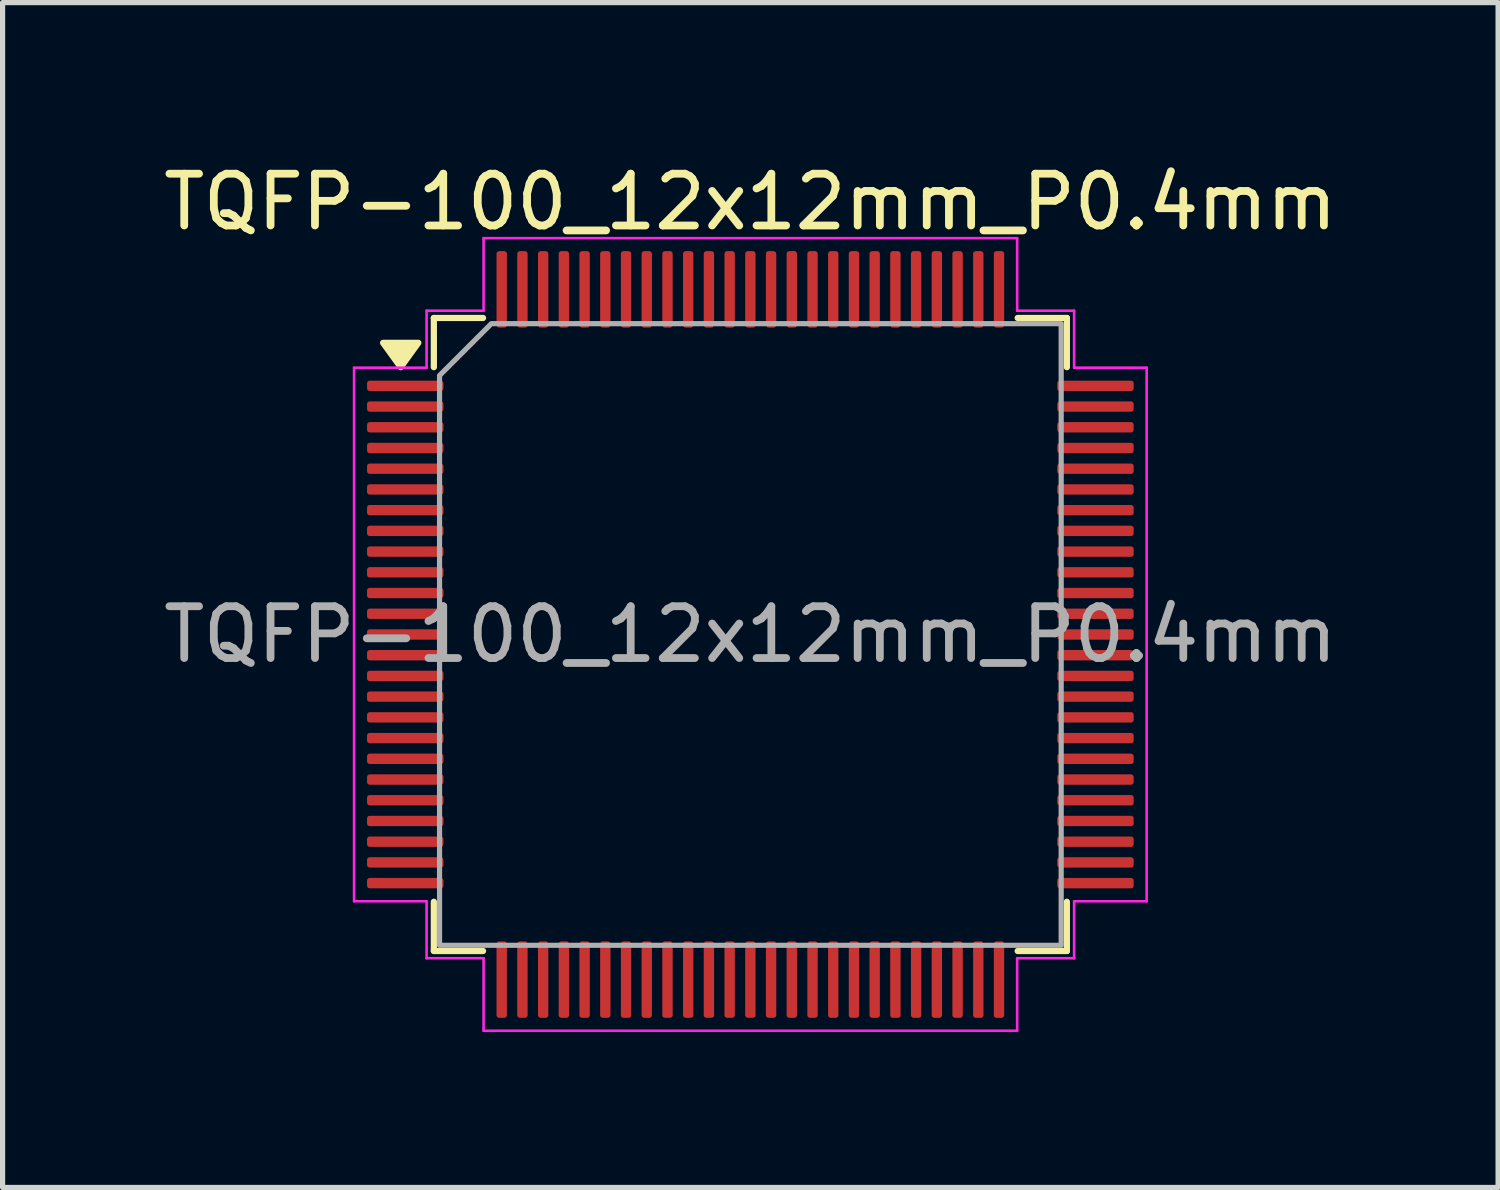
<source format=kicad_pcb>
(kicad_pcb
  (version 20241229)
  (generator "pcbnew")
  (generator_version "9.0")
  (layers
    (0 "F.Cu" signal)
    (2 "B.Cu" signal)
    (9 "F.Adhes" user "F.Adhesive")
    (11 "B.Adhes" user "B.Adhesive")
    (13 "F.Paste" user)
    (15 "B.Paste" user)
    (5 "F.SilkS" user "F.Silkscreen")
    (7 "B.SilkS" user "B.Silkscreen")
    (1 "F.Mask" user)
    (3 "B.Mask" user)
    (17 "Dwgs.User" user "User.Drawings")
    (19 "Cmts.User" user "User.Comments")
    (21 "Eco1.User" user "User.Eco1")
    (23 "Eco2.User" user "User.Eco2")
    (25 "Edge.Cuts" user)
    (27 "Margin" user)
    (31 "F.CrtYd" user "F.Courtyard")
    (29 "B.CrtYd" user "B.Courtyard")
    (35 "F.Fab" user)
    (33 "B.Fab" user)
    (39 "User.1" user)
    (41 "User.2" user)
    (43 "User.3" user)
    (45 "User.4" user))
  (footprint "TQFP-100_12x12mm_P0.4mm"
    (layer "F.Cu")
    (at 11.435 9.198)
    (property "Reference" "TQFP-100_12x12mm_P0.4mm" (at 0 -8.35 0) (layer "F.SilkS") (effects (font (size 1 1) (thickness 0.15))))
    (attr smd)
    (fp_line (start -6.11 -6.11) (end -5.16 -6.11) (stroke (width 0.12) (type solid)) (layer "F.SilkS"))
    (fp_line (start -6.11 -5.16) (end -6.11 -6.11) (stroke (width 0.12) (type solid)) (layer "F.SilkS"))
    (fp_line (start -6.11 6.11) (end -6.11 5.16) (stroke (width 0.12) (type solid)) (layer "F.SilkS"))
    (fp_line (start -5.16 6.11) (end -6.11 6.11) (stroke (width 0.12) (type solid)) (layer "F.SilkS"))
    (fp_line (start 5.16 -6.11) (end 6.11 -6.11) (stroke (width 0.12) (type solid)) (layer "F.SilkS"))
    (fp_line (start 6.11 -6.11) (end 6.11 -5.16) (stroke (width 0.12) (type solid)) (layer "F.SilkS"))
    (fp_line (start 6.11 5.16) (end 6.11 6.11) (stroke (width 0.12) (type solid)) (layer "F.SilkS"))
    (fp_line (start 6.11 6.11) (end 5.16 6.11) (stroke (width 0.12) (type solid)) (layer "F.SilkS"))
    (fp_poly (pts (xy -6.75 -5.16) (xy -7.09 -5.63) (xy -6.41 -5.63)) (stroke (width 0.12) (type solid)) (fill yes) (layer "F.SilkS"))
    (fp_line (start -7.65 -5.15) (end -6.25 -5.15) (stroke (width 0.05) (type solid)) (layer "F.CrtYd"))
    (fp_line (start -7.65 5.15) (end -7.65 -5.15) (stroke (width 0.05) (type solid)) (layer "F.CrtYd"))
    (fp_line (start -6.25 -6.25) (end -5.15 -6.25) (stroke (width 0.05) (type solid)) (layer "F.CrtYd"))
    (fp_line (start -6.25 -5.15) (end -6.25 -6.25) (stroke (width 0.05) (type solid)) (layer "F.CrtYd"))
    (fp_line (start -6.25 5.15) (end -7.65 5.15) (stroke (width 0.05) (type solid)) (layer "F.CrtYd"))
    (fp_line (start -6.25 6.25) (end -6.25 5.15) (stroke (width 0.05) (type solid)) (layer "F.CrtYd"))
    (fp_line (start -5.15 -7.65) (end 5.15 -7.65) (stroke (width 0.05) (type solid)) (layer "F.CrtYd"))
    (fp_line (start -5.15 -6.25) (end -5.15 -7.65) (stroke (width 0.05) (type solid)) (layer "F.CrtYd"))
    (fp_line (start -5.15 6.25) (end -6.25 6.25) (stroke (width 0.05) (type solid)) (layer "F.CrtYd"))
    (fp_line (start -5.15 7.65) (end -5.15 6.25) (stroke (width 0.05) (type solid)) (layer "F.CrtYd"))
    (fp_line (start 5.15 -7.65) (end 5.15 -6.25) (stroke (width 0.05) (type solid)) (layer "F.CrtYd"))
    (fp_line (start 5.15 -6.25) (end 6.25 -6.25) (stroke (width 0.05) (type solid)) (layer "F.CrtYd"))
    (fp_line (start 5.15 6.25) (end 5.15 7.65) (stroke (width 0.05) (type solid)) (layer "F.CrtYd"))
    (fp_line (start 5.15 7.65) (end -5.15 7.65) (stroke (width 0.05) (type solid)) (layer "F.CrtYd"))
    (fp_line (start 6.25 -6.25) (end 6.25 -5.15) (stroke (width 0.05) (type solid)) (layer "F.CrtYd"))
    (fp_line (start 6.25 -5.15) (end 7.65 -5.15) (stroke (width 0.05) (type solid)) (layer "F.CrtYd"))
    (fp_line (start 6.25 5.15) (end 6.25 6.25) (stroke (width 0.05) (type solid)) (layer "F.CrtYd"))
    (fp_line (start 6.25 6.25) (end 5.15 6.25) (stroke (width 0.05) (type solid)) (layer "F.CrtYd"))
    (fp_line (start 7.65 -5.15) (end 7.65 5.15) (stroke (width 0.05) (type solid)) (layer "F.CrtYd"))
    (fp_line (start 7.65 5.15) (end 6.25 5.15) (stroke (width 0.05) (type solid)) (layer "F.CrtYd"))
    (fp_poly (pts (xy -6 -5) (xy -6 6) (xy 6 6) (xy 6 -6) (xy -5 -6)) (stroke (width 0.1) (type solid)) (fill no) (layer "F.Fab"))
    (fp_text user "${REFERENCE}" (at 0 0 0) (layer "F.Fab") (effects (font (size 1 1) (thickness 0.15))))
    (pad "1" smd roundrect (at -6.662 -4.8) (size 1.475 0.2) (layers "F.Cu" "F.Mask" "F.Paste") (roundrect_rratio 0.25))
    (pad "2" smd roundrect (at -6.662 -4.4) (size 1.475 0.2) (layers "F.Cu" "F.Mask" "F.Paste") (roundrect_rratio 0.25))
    (pad "3" smd roundrect (at -6.662 -4) (size 1.475 0.2) (layers "F.Cu" "F.Mask" "F.Paste") (roundrect_rratio 0.25))
    (pad "4" smd roundrect (at -6.662 -3.6) (size 1.475 0.2) (layers "F.Cu" "F.Mask" "F.Paste") (roundrect_rratio 0.25))
    (pad "5" smd roundrect (at -6.662 -3.2) (size 1.475 0.2) (layers "F.Cu" "F.Mask" "F.Paste") (roundrect_rratio 0.25))
    (pad "6" smd roundrect (at -6.662 -2.8) (size 1.475 0.2) (layers "F.Cu" "F.Mask" "F.Paste") (roundrect_rratio 0.25))
    (pad "7" smd roundrect (at -6.662 -2.4) (size 1.475 0.2) (layers "F.Cu" "F.Mask" "F.Paste") (roundrect_rratio 0.25))
    (pad "8" smd roundrect (at -6.662 -2) (size 1.475 0.2) (layers "F.Cu" "F.Mask" "F.Paste") (roundrect_rratio 0.25))
    (pad "9" smd roundrect (at -6.662 -1.6) (size 1.475 0.2) (layers "F.Cu" "F.Mask" "F.Paste") (roundrect_rratio 0.25))
    (pad "10" smd roundrect (at -6.662 -1.2) (size 1.475 0.2) (layers "F.Cu" "F.Mask" "F.Paste") (roundrect_rratio 0.25))
    (pad "11" smd roundrect (at -6.662 -0.8) (size 1.475 0.2) (layers "F.Cu" "F.Mask" "F.Paste") (roundrect_rratio 0.25))
    (pad "12" smd roundrect (at -6.662 -0.4) (size 1.475 0.2) (layers "F.Cu" "F.Mask" "F.Paste") (roundrect_rratio 0.25))
    (pad "13" smd roundrect (at -6.662 0) (size 1.475 0.2) (layers "F.Cu" "F.Mask" "F.Paste") (roundrect_rratio 0.25))
    (pad "14" smd roundrect (at -6.662 0.4) (size 1.475 0.2) (layers "F.Cu" "F.Mask" "F.Paste") (roundrect_rratio 0.25))
    (pad "15" smd roundrect (at -6.662 0.8) (size 1.475 0.2) (layers "F.Cu" "F.Mask" "F.Paste") (roundrect_rratio 0.25))
    (pad "16" smd roundrect (at -6.662 1.2) (size 1.475 0.2) (layers "F.Cu" "F.Mask" "F.Paste") (roundrect_rratio 0.25))
    (pad "17" smd roundrect (at -6.662 1.6) (size 1.475 0.2) (layers "F.Cu" "F.Mask" "F.Paste") (roundrect_rratio 0.25))
    (pad "18" smd roundrect (at -6.662 2) (size 1.475 0.2) (layers "F.Cu" "F.Mask" "F.Paste") (roundrect_rratio 0.25))
    (pad "19" smd roundrect (at -6.662 2.4) (size 1.475 0.2) (layers "F.Cu" "F.Mask" "F.Paste") (roundrect_rratio 0.25))
    (pad "20" smd roundrect (at -6.662 2.8) (size 1.475 0.2) (layers "F.Cu" "F.Mask" "F.Paste") (roundrect_rratio 0.25))
    (pad "21" smd roundrect (at -6.662 3.2) (size 1.475 0.2) (layers "F.Cu" "F.Mask" "F.Paste") (roundrect_rratio 0.25))
    (pad "22" smd roundrect (at -6.662 3.6) (size 1.475 0.2) (layers "F.Cu" "F.Mask" "F.Paste") (roundrect_rratio 0.25))
    (pad "23" smd roundrect (at -6.662 4) (size 1.475 0.2) (layers "F.Cu" "F.Mask" "F.Paste") (roundrect_rratio 0.25))
    (pad "24" smd roundrect (at -6.662 4.4) (size 1.475 0.2) (layers "F.Cu" "F.Mask" "F.Paste") (roundrect_rratio 0.25))
    (pad "25" smd roundrect (at -6.662 4.8) (size 1.475 0.2) (layers "F.Cu" "F.Mask" "F.Paste") (roundrect_rratio 0.25))
    (pad "26" smd roundrect (at -4.8 6.662) (size 0.2 1.475) (layers "F.Cu" "F.Mask" "F.Paste") (roundrect_rratio 0.25))
    (pad "27" smd roundrect (at -4.4 6.662) (size 0.2 1.475) (layers "F.Cu" "F.Mask" "F.Paste") (roundrect_rratio 0.25))
    (pad "28" smd roundrect (at -4 6.662) (size 0.2 1.475) (layers "F.Cu" "F.Mask" "F.Paste") (roundrect_rratio 0.25))
    (pad "29" smd roundrect (at -3.6 6.662) (size 0.2 1.475) (layers "F.Cu" "F.Mask" "F.Paste") (roundrect_rratio 0.25))
    (pad "30" smd roundrect (at -3.2 6.662) (size 0.2 1.475) (layers "F.Cu" "F.Mask" "F.Paste") (roundrect_rratio 0.25))
    (pad "31" smd roundrect (at -2.8 6.662) (size 0.2 1.475) (layers "F.Cu" "F.Mask" "F.Paste") (roundrect_rratio 0.25))
    (pad "32" smd roundrect (at -2.4 6.662) (size 0.2 1.475) (layers "F.Cu" "F.Mask" "F.Paste") (roundrect_rratio 0.25))
    (pad "33" smd roundrect (at -2 6.662) (size 0.2 1.475) (layers "F.Cu" "F.Mask" "F.Paste") (roundrect_rratio 0.25))
    (pad "34" smd roundrect (at -1.6 6.662) (size 0.2 1.475) (layers "F.Cu" "F.Mask" "F.Paste") (roundrect_rratio 0.25))
    (pad "35" smd roundrect (at -1.2 6.662) (size 0.2 1.475) (layers "F.Cu" "F.Mask" "F.Paste") (roundrect_rratio 0.25))
    (pad "36" smd roundrect (at -0.8 6.662) (size 0.2 1.475) (layers "F.Cu" "F.Mask" "F.Paste") (roundrect_rratio 0.25))
    (pad "37" smd roundrect (at -0.4 6.662) (size 0.2 1.475) (layers "F.Cu" "F.Mask" "F.Paste") (roundrect_rratio 0.25))
    (pad "38" smd roundrect (at 0 6.662) (size 0.2 1.475) (layers "F.Cu" "F.Mask" "F.Paste") (roundrect_rratio 0.25))
    (pad "39" smd roundrect (at 0.4 6.662) (size 0.2 1.475) (layers "F.Cu" "F.Mask" "F.Paste") (roundrect_rratio 0.25))
    (pad "40" smd roundrect (at 0.8 6.662) (size 0.2 1.475) (layers "F.Cu" "F.Mask" "F.Paste") (roundrect_rratio 0.25))
    (pad "41" smd roundrect (at 1.2 6.662) (size 0.2 1.475) (layers "F.Cu" "F.Mask" "F.Paste") (roundrect_rratio 0.25))
    (pad "42" smd roundrect (at 1.6 6.662) (size 0.2 1.475) (layers "F.Cu" "F.Mask" "F.Paste") (roundrect_rratio 0.25))
    (pad "43" smd roundrect (at 2 6.662) (size 0.2 1.475) (layers "F.Cu" "F.Mask" "F.Paste") (roundrect_rratio 0.25))
    (pad "44" smd roundrect (at 2.4 6.662) (size 0.2 1.475) (layers "F.Cu" "F.Mask" "F.Paste") (roundrect_rratio 0.25))
    (pad "45" smd roundrect (at 2.8 6.662) (size 0.2 1.475) (layers "F.Cu" "F.Mask" "F.Paste") (roundrect_rratio 0.25))
    (pad "46" smd roundrect (at 3.2 6.662) (size 0.2 1.475) (layers "F.Cu" "F.Mask" "F.Paste") (roundrect_rratio 0.25))
    (pad "47" smd roundrect (at 3.6 6.662) (size 0.2 1.475) (layers "F.Cu" "F.Mask" "F.Paste") (roundrect_rratio 0.25))
    (pad "48" smd roundrect (at 4 6.662) (size 0.2 1.475) (layers "F.Cu" "F.Mask" "F.Paste") (roundrect_rratio 0.25))
    (pad "49" smd roundrect (at 4.4 6.662) (size 0.2 1.475) (layers "F.Cu" "F.Mask" "F.Paste") (roundrect_rratio 0.25))
    (pad "50" smd roundrect (at 4.8 6.662) (size 0.2 1.475) (layers "F.Cu" "F.Mask" "F.Paste") (roundrect_rratio 0.25))
    (pad "51" smd roundrect (at 6.662 4.8) (size 1.475 0.2) (layers "F.Cu" "F.Mask" "F.Paste") (roundrect_rratio 0.25))
    (pad "52" smd roundrect (at 6.662 4.4) (size 1.475 0.2) (layers "F.Cu" "F.Mask" "F.Paste") (roundrect_rratio 0.25))
    (pad "53" smd roundrect (at 6.662 4) (size 1.475 0.2) (layers "F.Cu" "F.Mask" "F.Paste") (roundrect_rratio 0.25))
    (pad "54" smd roundrect (at 6.662 3.6) (size 1.475 0.2) (layers "F.Cu" "F.Mask" "F.Paste") (roundrect_rratio 0.25))
    (pad "55" smd roundrect (at 6.662 3.2) (size 1.475 0.2) (layers "F.Cu" "F.Mask" "F.Paste") (roundrect_rratio 0.25))
    (pad "56" smd roundrect (at 6.662 2.8) (size 1.475 0.2) (layers "F.Cu" "F.Mask" "F.Paste") (roundrect_rratio 0.25))
    (pad "57" smd roundrect (at 6.662 2.4) (size 1.475 0.2) (layers "F.Cu" "F.Mask" "F.Paste") (roundrect_rratio 0.25))
    (pad "58" smd roundrect (at 6.662 2) (size 1.475 0.2) (layers "F.Cu" "F.Mask" "F.Paste") (roundrect_rratio 0.25))
    (pad "59" smd roundrect (at 6.662 1.6) (size 1.475 0.2) (layers "F.Cu" "F.Mask" "F.Paste") (roundrect_rratio 0.25))
    (pad "60" smd roundrect (at 6.662 1.2) (size 1.475 0.2) (layers "F.Cu" "F.Mask" "F.Paste") (roundrect_rratio 0.25))
    (pad "61" smd roundrect (at 6.662 0.8) (size 1.475 0.2) (layers "F.Cu" "F.Mask" "F.Paste") (roundrect_rratio 0.25))
    (pad "62" smd roundrect (at 6.662 0.4) (size 1.475 0.2) (layers "F.Cu" "F.Mask" "F.Paste") (roundrect_rratio 0.25))
    (pad "63" smd roundrect (at 6.662 0) (size 1.475 0.2) (layers "F.Cu" "F.Mask" "F.Paste") (roundrect_rratio 0.25))
    (pad "64" smd roundrect (at 6.662 -0.4) (size 1.475 0.2) (layers "F.Cu" "F.Mask" "F.Paste") (roundrect_rratio 0.25))
    (pad "65" smd roundrect (at 6.662 -0.8) (size 1.475 0.2) (layers "F.Cu" "F.Mask" "F.Paste") (roundrect_rratio 0.25))
    (pad "66" smd roundrect (at 6.662 -1.2) (size 1.475 0.2) (layers "F.Cu" "F.Mask" "F.Paste") (roundrect_rratio 0.25))
    (pad "67" smd roundrect (at 6.662 -1.6) (size 1.475 0.2) (layers "F.Cu" "F.Mask" "F.Paste") (roundrect_rratio 0.25))
    (pad "68" smd roundrect (at 6.662 -2) (size 1.475 0.2) (layers "F.Cu" "F.Mask" "F.Paste") (roundrect_rratio 0.25))
    (pad "69" smd roundrect (at 6.662 -2.4) (size 1.475 0.2) (layers "F.Cu" "F.Mask" "F.Paste") (roundrect_rratio 0.25))
    (pad "70" smd roundrect (at 6.662 -2.8) (size 1.475 0.2) (layers "F.Cu" "F.Mask" "F.Paste") (roundrect_rratio 0.25))
    (pad "71" smd roundrect (at 6.662 -3.2) (size 1.475 0.2) (layers "F.Cu" "F.Mask" "F.Paste") (roundrect_rratio 0.25))
    (pad "72" smd roundrect (at 6.662 -3.6) (size 1.475 0.2) (layers "F.Cu" "F.Mask" "F.Paste") (roundrect_rratio 0.25))
    (pad "73" smd roundrect (at 6.662 -4) (size 1.475 0.2) (layers "F.Cu" "F.Mask" "F.Paste") (roundrect_rratio 0.25))
    (pad "74" smd roundrect (at 6.662 -4.4) (size 1.475 0.2) (layers "F.Cu" "F.Mask" "F.Paste") (roundrect_rratio 0.25))
    (pad "75" smd roundrect (at 6.662 -4.8) (size 1.475 0.2) (layers "F.Cu" "F.Mask" "F.Paste") (roundrect_rratio 0.25))
    (pad "76" smd roundrect (at 4.8 -6.662) (size 0.2 1.475) (layers "F.Cu" "F.Mask" "F.Paste") (roundrect_rratio 0.25))
    (pad "77" smd roundrect (at 4.4 -6.662) (size 0.2 1.475) (layers "F.Cu" "F.Mask" "F.Paste") (roundrect_rratio 0.25))
    (pad "78" smd roundrect (at 4 -6.662) (size 0.2 1.475) (layers "F.Cu" "F.Mask" "F.Paste") (roundrect_rratio 0.25))
    (pad "79" smd roundrect (at 3.6 -6.662) (size 0.2 1.475) (layers "F.Cu" "F.Mask" "F.Paste") (roundrect_rratio 0.25))
    (pad "80" smd roundrect (at 3.2 -6.662) (size 0.2 1.475) (layers "F.Cu" "F.Mask" "F.Paste") (roundrect_rratio 0.25))
    (pad "81" smd roundrect (at 2.8 -6.662) (size 0.2 1.475) (layers "F.Cu" "F.Mask" "F.Paste") (roundrect_rratio 0.25))
    (pad "82" smd roundrect (at 2.4 -6.662) (size 0.2 1.475) (layers "F.Cu" "F.Mask" "F.Paste") (roundrect_rratio 0.25))
    (pad "83" smd roundrect (at 2 -6.662) (size 0.2 1.475) (layers "F.Cu" "F.Mask" "F.Paste") (roundrect_rratio 0.25))
    (pad "84" smd roundrect (at 1.6 -6.662) (size 0.2 1.475) (layers "F.Cu" "F.Mask" "F.Paste") (roundrect_rratio 0.25))
    (pad "85" smd roundrect (at 1.2 -6.662) (size 0.2 1.475) (layers "F.Cu" "F.Mask" "F.Paste") (roundrect_rratio 0.25))
    (pad "86" smd roundrect (at 0.8 -6.662) (size 0.2 1.475) (layers "F.Cu" "F.Mask" "F.Paste") (roundrect_rratio 0.25))
    (pad "87" smd roundrect (at 0.4 -6.662) (size 0.2 1.475) (layers "F.Cu" "F.Mask" "F.Paste") (roundrect_rratio 0.25))
    (pad "88" smd roundrect (at 0 -6.662) (size 0.2 1.475) (layers "F.Cu" "F.Mask" "F.Paste") (roundrect_rratio 0.25))
    (pad "89" smd roundrect (at -0.4 -6.662) (size 0.2 1.475) (layers "F.Cu" "F.Mask" "F.Paste") (roundrect_rratio 0.25))
    (pad "90" smd roundrect (at -0.8 -6.662) (size 0.2 1.475) (layers "F.Cu" "F.Mask" "F.Paste") (roundrect_rratio 0.25))
    (pad "91" smd roundrect (at -1.2 -6.662) (size 0.2 1.475) (layers "F.Cu" "F.Mask" "F.Paste") (roundrect_rratio 0.25))
    (pad "92" smd roundrect (at -1.6 -6.662) (size 0.2 1.475) (layers "F.Cu" "F.Mask" "F.Paste") (roundrect_rratio 0.25))
    (pad "93" smd roundrect (at -2 -6.662) (size 0.2 1.475) (layers "F.Cu" "F.Mask" "F.Paste") (roundrect_rratio 0.25))
    (pad "94" smd roundrect (at -2.4 -6.662) (size 0.2 1.475) (layers "F.Cu" "F.Mask" "F.Paste") (roundrect_rratio 0.25))
    (pad "95" smd roundrect (at -2.8 -6.662) (size 0.2 1.475) (layers "F.Cu" "F.Mask" "F.Paste") (roundrect_rratio 0.25))
    (pad "96" smd roundrect (at -3.2 -6.662) (size 0.2 1.475) (layers "F.Cu" "F.Mask" "F.Paste") (roundrect_rratio 0.25))
    (pad "97" smd roundrect (at -3.6 -6.662) (size 0.2 1.475) (layers "F.Cu" "F.Mask" "F.Paste") (roundrect_rratio 0.25))
    (pad "98" smd roundrect (at -4 -6.662) (size 0.2 1.475) (layers "F.Cu" "F.Mask" "F.Paste") (roundrect_rratio 0.25))
    (pad "99" smd roundrect (at -4.4 -6.662) (size 0.2 1.475) (layers "F.Cu" "F.Mask" "F.Paste") (roundrect_rratio 0.25))
    (pad "100" smd roundrect (at -4.8 -6.662) (size 0.2 1.475) (layers "F.Cu" "F.Mask" "F.Paste") (roundrect_rratio 0.25)))
  (gr_rect
    (start -3 -3)
    (end 25.869 19.873)
    (stroke (width 0.1) (type default))
    (fill no)
    (layer "Edge.Cuts")))
</source>
